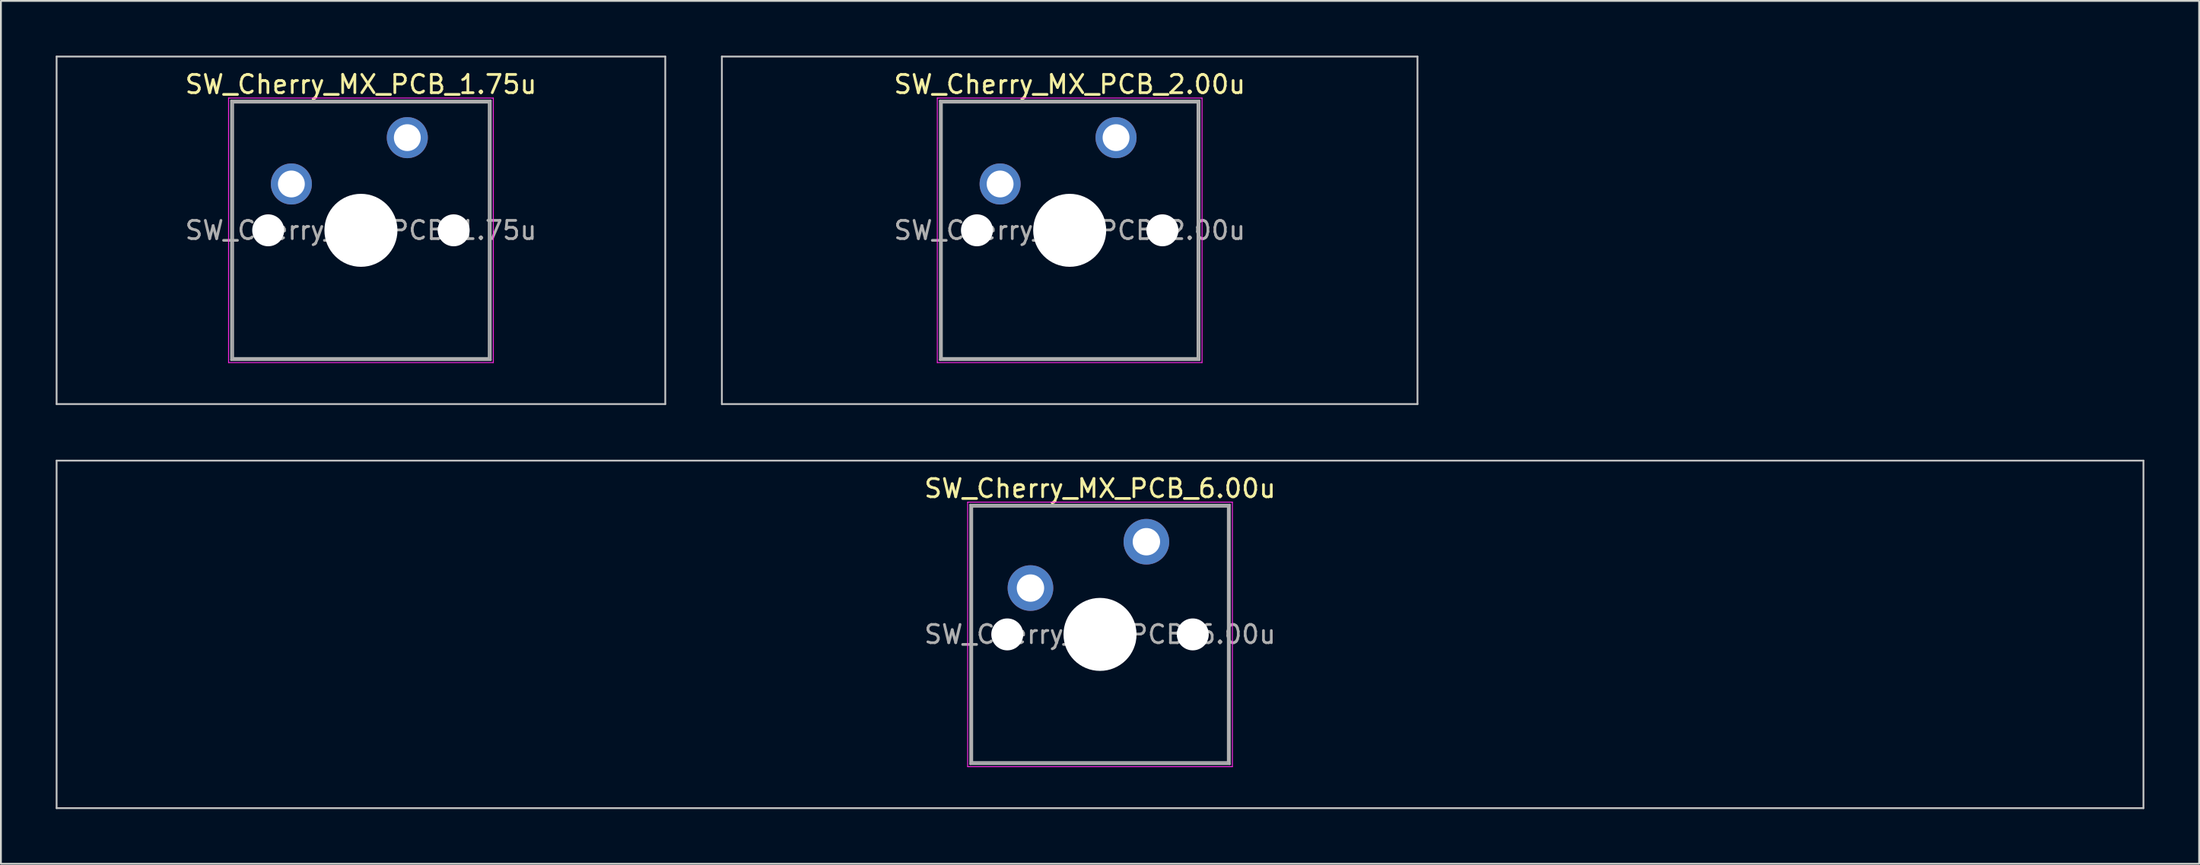
<source format=kicad_pcb>
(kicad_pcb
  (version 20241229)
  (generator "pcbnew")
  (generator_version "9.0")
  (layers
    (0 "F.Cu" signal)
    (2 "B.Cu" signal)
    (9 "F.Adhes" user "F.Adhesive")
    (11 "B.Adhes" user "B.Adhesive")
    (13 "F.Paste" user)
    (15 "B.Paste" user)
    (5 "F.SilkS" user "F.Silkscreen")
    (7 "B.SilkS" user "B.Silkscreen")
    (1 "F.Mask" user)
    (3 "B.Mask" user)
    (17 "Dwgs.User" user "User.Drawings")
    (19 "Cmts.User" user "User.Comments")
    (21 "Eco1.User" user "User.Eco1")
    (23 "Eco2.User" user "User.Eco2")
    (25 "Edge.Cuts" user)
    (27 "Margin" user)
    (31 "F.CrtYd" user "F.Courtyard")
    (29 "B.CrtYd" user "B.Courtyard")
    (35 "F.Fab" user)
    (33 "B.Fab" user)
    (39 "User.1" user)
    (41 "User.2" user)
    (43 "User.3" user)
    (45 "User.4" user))
  (footprint "SW_Cherry_MX_PCB_2.00u"
    (layer "F.Cu")
    (at 55.538 9.575)
    (property "Reference" "SW_Cherry_MX_PCB_2.00u" (at 0 -8 0) (layer "F.SilkS") (effects (font (size 1 1) (thickness 0.15))))
    (attr through_hole)
    (fp_line (start -19.05 -9.525) (end -19.05 9.525) (stroke (width 0.1) (type solid)) (layer "Dwgs.User"))
    (fp_line (start -19.05 9.525) (end 19.05 9.525) (stroke (width 0.1) (type solid)) (layer "Dwgs.User"))
    (fp_line (start 19.05 -9.525) (end -19.05 -9.525) (stroke (width 0.1) (type solid)) (layer "Dwgs.User"))
    (fp_line (start 19.05 9.525) (end 19.05 -9.525) (stroke (width 0.1) (type solid)) (layer "Dwgs.User"))
    (fp_line (start -7.25 -7.25) (end -7.25 7.25) (stroke (width 0.05) (type solid)) (layer "F.CrtYd"))
    (fp_line (start -7.25 7.25) (end 7.25 7.25) (stroke (width 0.05) (type solid)) (layer "F.CrtYd"))
    (fp_line (start 7.25 -7.25) (end -7.25 -7.25) (stroke (width 0.05) (type solid)) (layer "F.CrtYd"))
    (fp_line (start 7.25 7.25) (end 7.25 -7.25) (stroke (width 0.05) (type solid)) (layer "F.CrtYd"))
    (fp_line (start -7.1 -7.1) (end -7.1 7.1) (stroke (width 0.12) (type solid)) (layer "F.Fab"))
    (fp_line (start -7.1 7.1) (end 7.1 7.1) (stroke (width 0.12) (type solid)) (layer "F.Fab"))
    (fp_line (start -7 -7) (end -7 7) (stroke (width 0.1) (type solid)) (layer "F.Fab"))
    (fp_line (start -7 7) (end 7 7) (stroke (width 0.1) (type solid)) (layer "F.Fab"))
    (fp_line (start 7 -7) (end -7 -7) (stroke (width 0.1) (type solid)) (layer "F.Fab"))
    (fp_line (start 7 7) (end 7 -7) (stroke (width 0.1) (type solid)) (layer "F.Fab"))
    (fp_line (start 7.1 -7.1) (end -7.1 -7.1) (stroke (width 0.12) (type solid)) (layer "F.Fab"))
    (fp_line (start 7.1 7.1) (end 7.1 -7.1) (stroke (width 0.12) (type solid)) (layer "F.Fab"))
    (fp_text user "${REFERENCE}" (at 0 0 0) (layer "F.Fab") (effects (font (size 1 1) (thickness 0.15))))
    (pad "" np_thru_hole circle (at -5.08 0) (size 1.75 1.75) (drill 1.75) (layers "*.Cu" "*.Mask"))
    (pad "" np_thru_hole circle (at 0 0) (size 4 4) (drill 4) (layers "*.Cu" "*.Mask"))
    (pad "" np_thru_hole circle (at 5.08 0) (size 1.75 1.75) (drill 1.75) (layers "*.Cu" "*.Mask"))
    (pad "1" thru_hole circle (at -3.81 -2.54) (size 2.25 2.25) (drill 1.47) (layers "*.Cu" "B.Mask"))
    (pad "2" thru_hole circle (at 2.54 -5.08) (size 2.25 2.25) (drill 1.47) (layers "*.Cu" "B.Mask")))
  (footprint "SW_Cherry_MX_PCB_6.00u"
    (layer "F.Cu")
    (at 57.2 31.725)
    (property "Reference" "SW_Cherry_MX_PCB_6.00u" (at 0 -8 0) (layer "F.SilkS") (effects (font (size 1 1) (thickness 0.15))))
    (attr through_hole)
    (fp_line (start -57.15 -9.525) (end -57.15 9.525) (stroke (width 0.1) (type solid)) (layer "Dwgs.User"))
    (fp_line (start -57.15 9.525) (end 57.15 9.525) (stroke (width 0.1) (type solid)) (layer "Dwgs.User"))
    (fp_line (start 57.15 -9.525) (end -57.15 -9.525) (stroke (width 0.1) (type solid)) (layer "Dwgs.User"))
    (fp_line (start 57.15 9.525) (end 57.15 -9.525) (stroke (width 0.1) (type solid)) (layer "Dwgs.User"))
    (fp_line (start -7.25 -7.25) (end -7.25 7.25) (stroke (width 0.05) (type solid)) (layer "F.CrtYd"))
    (fp_line (start -7.25 7.25) (end 7.25 7.25) (stroke (width 0.05) (type solid)) (layer "F.CrtYd"))
    (fp_line (start 7.25 -7.25) (end -7.25 -7.25) (stroke (width 0.05) (type solid)) (layer "F.CrtYd"))
    (fp_line (start 7.25 7.25) (end 7.25 -7.25) (stroke (width 0.05) (type solid)) (layer "F.CrtYd"))
    (fp_line (start -7.1 -7.1) (end -7.1 7.1) (stroke (width 0.12) (type solid)) (layer "F.Fab"))
    (fp_line (start -7.1 7.1) (end 7.1 7.1) (stroke (width 0.12) (type solid)) (layer "F.Fab"))
    (fp_line (start -7 -7) (end -7 7) (stroke (width 0.1) (type solid)) (layer "F.Fab"))
    (fp_line (start -7 7) (end 7 7) (stroke (width 0.1) (type solid)) (layer "F.Fab"))
    (fp_line (start 7 -7) (end -7 -7) (stroke (width 0.1) (type solid)) (layer "F.Fab"))
    (fp_line (start 7 7) (end 7 -7) (stroke (width 0.1) (type solid)) (layer "F.Fab"))
    (fp_line (start 7.1 -7.1) (end -7.1 -7.1) (stroke (width 0.12) (type solid)) (layer "F.Fab"))
    (fp_line (start 7.1 7.1) (end 7.1 -7.1) (stroke (width 0.12) (type solid)) (layer "F.Fab"))
    (fp_text user "${REFERENCE}" (at 0 0 0) (layer "F.Fab") (effects (font (size 1 1) (thickness 0.15))))
    (pad "" np_thru_hole circle (at -5.08 0) (size 1.75 1.75) (drill 1.75) (layers "*.Cu" "*.Mask"))
    (pad "" np_thru_hole circle (at 0 0) (size 4 4) (drill 4) (layers "*.Cu" "*.Mask"))
    (pad "" np_thru_hole circle (at 5.08 0) (size 1.75 1.75) (drill 1.75) (layers "*.Cu" "*.Mask"))
    (pad "1" thru_hole circle (at -3.81 -2.54) (size 2.5 2.5) (drill 1.5) (layers "*.Cu" "B.Mask"))
    (pad "2" thru_hole circle (at 2.54 -5.08) (size 2.5 2.5) (drill 1.5) (layers "*.Cu" "B.Mask")))
  (footprint "SW_Cherry_MX_PCB_1.75u"
    (layer "F.Cu")
    (at 16.719 9.575)
    (property "Reference" "SW_Cherry_MX_PCB_1.75u" (at 0 -8 0) (layer "F.SilkS") (effects (font (size 1 1) (thickness 0.15))))
    (attr through_hole)
    (fp_line (start -16.669 -9.525) (end -16.669 9.525) (stroke (width 0.1) (type solid)) (layer "Dwgs.User"))
    (fp_line (start -16.669 9.525) (end 16.669 9.525) (stroke (width 0.1) (type solid)) (layer "Dwgs.User"))
    (fp_line (start 16.669 -9.525) (end -16.669 -9.525) (stroke (width 0.1) (type solid)) (layer "Dwgs.User"))
    (fp_line (start 16.669 9.525) (end 16.669 -9.525) (stroke (width 0.1) (type solid)) (layer "Dwgs.User"))
    (fp_line (start -7.25 -7.25) (end -7.25 7.25) (stroke (width 0.05) (type solid)) (layer "F.CrtYd"))
    (fp_line (start -7.25 7.25) (end 7.25 7.25) (stroke (width 0.05) (type solid)) (layer "F.CrtYd"))
    (fp_line (start 7.25 -7.25) (end -7.25 -7.25) (stroke (width 0.05) (type solid)) (layer "F.CrtYd"))
    (fp_line (start 7.25 7.25) (end 7.25 -7.25) (stroke (width 0.05) (type solid)) (layer "F.CrtYd"))
    (fp_line (start -7.1 -7.1) (end -7.1 7.1) (stroke (width 0.12) (type solid)) (layer "F.Fab"))
    (fp_line (start -7.1 7.1) (end 7.1 7.1) (stroke (width 0.12) (type solid)) (layer "F.Fab"))
    (fp_line (start -7 -7) (end -7 7) (stroke (width 0.1) (type solid)) (layer "F.Fab"))
    (fp_line (start -7 7) (end 7 7) (stroke (width 0.1) (type solid)) (layer "F.Fab"))
    (fp_line (start 7 -7) (end -7 -7) (stroke (width 0.1) (type solid)) (layer "F.Fab"))
    (fp_line (start 7 7) (end 7 -7) (stroke (width 0.1) (type solid)) (layer "F.Fab"))
    (fp_line (start 7.1 -7.1) (end -7.1 -7.1) (stroke (width 0.12) (type solid)) (layer "F.Fab"))
    (fp_line (start 7.1 7.1) (end 7.1 -7.1) (stroke (width 0.12) (type solid)) (layer "F.Fab"))
    (fp_text user "${REFERENCE}" (at 0 0 0) (layer "F.Fab") (effects (font (size 1 1) (thickness 0.15))))
    (pad "" np_thru_hole circle (at -5.08 0) (size 1.75 1.75) (drill 1.75) (layers "*.Cu" "*.Mask"))
    (pad "" np_thru_hole circle (at 0 0) (size 4 4) (drill 4) (layers "*.Cu" "*.Mask"))
    (pad "" np_thru_hole circle (at 5.08 0) (size 1.75 1.75) (drill 1.75) (layers "*.Cu" "*.Mask"))
    (pad "1" thru_hole circle (at -3.81 -2.54) (size 2.25 2.25) (drill 1.47) (layers "*.Cu" "B.Mask"))
    (pad "2" thru_hole circle (at 2.54 -5.08) (size 2.25 2.25) (drill 1.47) (layers "*.Cu" "B.Mask")))
  (gr_rect
    (start -3 -3)
    (end 117.4 44.3)
    (stroke (width 0.1) (type default))
    (fill no)
    (layer "Edge.Cuts")))
</source>
